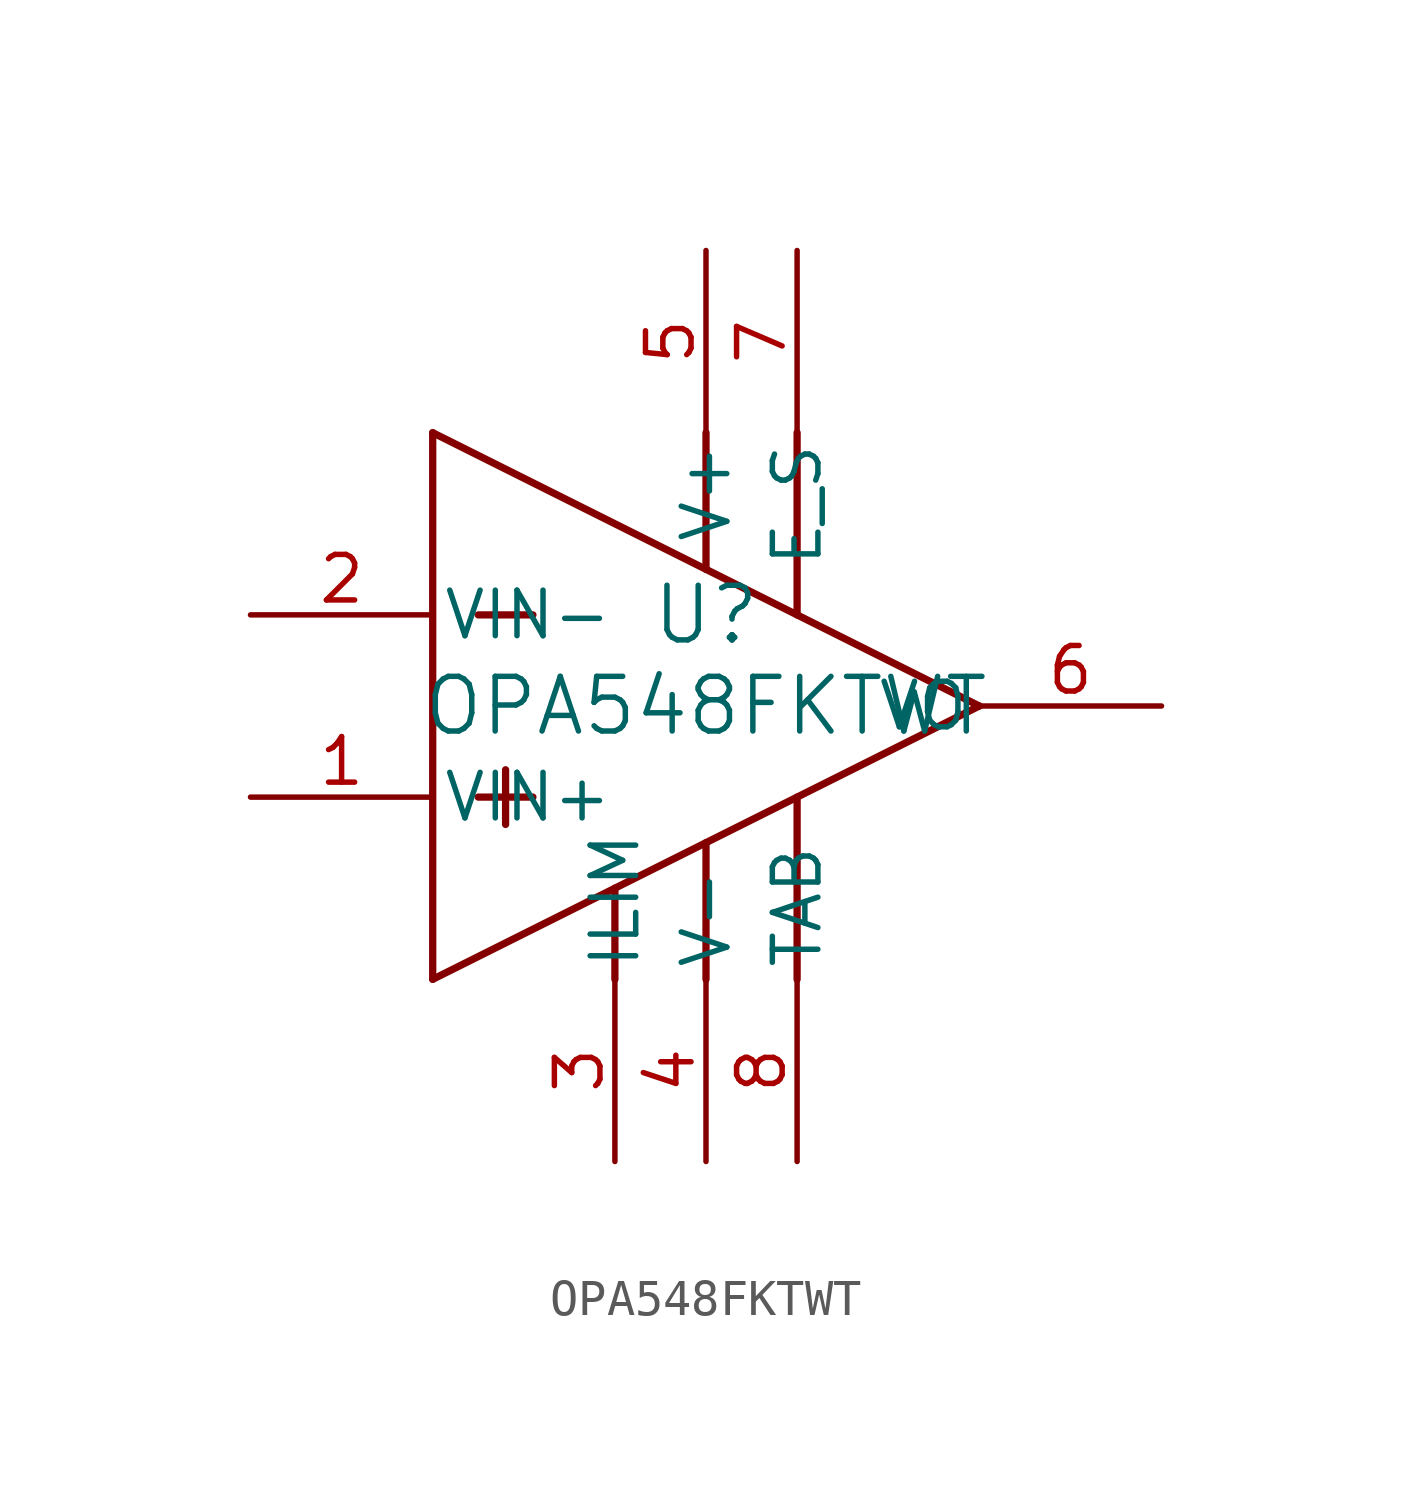
<source format=kicad_sym>
(kicad_symbol_lib
  (version 20211014)
  (generator kicad_symbol_editor)
  (symbol "OPA548FKTWT"
    (pin_names
      (offset 0.254))
    (property "Reference" "U"
      (at 0 2.54 0)
      (effects (font (size 1.524 1.524))))
    (property "Value" "OPA548FKTWT"
      (at 0 0 0)
      (effects (font (size 1.524 1.524))))
    (symbol "OPA548FKTWT_0_1"
      (polyline (pts (xy -6.35 2.54) (xy -4.826 2.54)) (stroke (width 0.203) (type default) (color 0 0 0 0)) (fill (type none)))
      (polyline (pts (xy -6.35 -2.54) (xy -4.826 -2.54)) (stroke (width 0.203) (type default) (color 0 0 0 0)) (fill (type none)))
      (polyline (pts (xy -5.588 -1.778) (xy -5.588 -3.302)) (stroke (width 0.203) (type default) (color 0 0 0 0)) (fill (type none)))
      (polyline (pts (xy -7.62 -7.62) (xy -7.62 7.62)) (stroke (width 0.203) (type default) (color 0 0 0 0)) (fill (type none)))
      (polyline (pts (xy -7.62 7.62) (xy 7.62 0)) (stroke (width 0.203) (type default) (color 0 0 0 0)) (fill (type none)))
      (polyline (pts (xy 7.62 0) (xy -7.62 -7.62)) (stroke (width 0.203) (type default) (color 0 0 0 0)) (fill (type none)))
      (polyline (pts (xy 0 7.62) (xy 0 3.81)) (stroke (width 0.203) (type default) (color 0 0 0 0)) (fill (type none)))
      (polyline (pts (xy 0 -3.81) (xy 0 -7.62)) (stroke (width 0.203) (type default) (color 0 0 0 0)) (fill (type none)))
      (polyline (pts (xy -2.54 -5.08) (xy -2.54 -7.62)) (stroke (width 0.203) (type default) (color 0 0 0 0)) (fill (type none)))
      (polyline (pts (xy 2.54 -2.54) (xy 2.54 -7.62)) (stroke (width 0.203) (type default) (color 0 0 0 0)) (fill (type none)))
      (polyline (pts (xy 2.54 7.62) (xy 2.54 2.54)) (stroke (width 0.203) (type default) (color 0 0 0 0)) (fill (type none)))
      (pin input line (at -12.7 -2.54 0) (length 5.08) (name "VIN+" (effects (font (size 1.27 1.27)))) (number "1" (effects (font (size 1.27 1.27)))))
      (pin input line (at -12.7 2.54 0) (length 5.08) (name "VIN-" (effects (font (size 1.27 1.27)))) (number "2" (effects (font (size 1.27 1.27)))))
      (pin input line (at -2.54 -12.7 90) (length 5.08) (name "ILIM" (effects (font (size 1.27 1.27)))) (number "3" (effects (font (size 1.27 1.27)))))
      (pin power_in line (at 0 -12.7 90) (length 5.08) (name "V-" (effects (font (size 1.27 1.27)))) (number "4" (effects (font (size 1.27 1.27)))))
      (pin power_in line (at 0 12.7 270) (length 5.08) (name "V+" (effects (font (size 1.27 1.27)))) (number "5" (effects (font (size 1.27 1.27)))))
      (pin output line (at 12.7 0 180) (length 5.08) (name "VO" (effects (font (size 1.27 1.27)))) (number "6" (effects (font (size 1.27 1.27)))))
      (pin input line (at 2.54 12.7 270) (length 5.08) (name "E_S" (effects (font (size 1.27 1.27)))) (number "7" (effects (font (size 1.27 1.27)))))
      (pin power_in line (at 2.54 -12.7 90) (length 5.08) (name "TAB" (effects (font (size 1.27 1.27)))) (number "8" (effects (font (size 1.27 1.27))))))))
</source>
